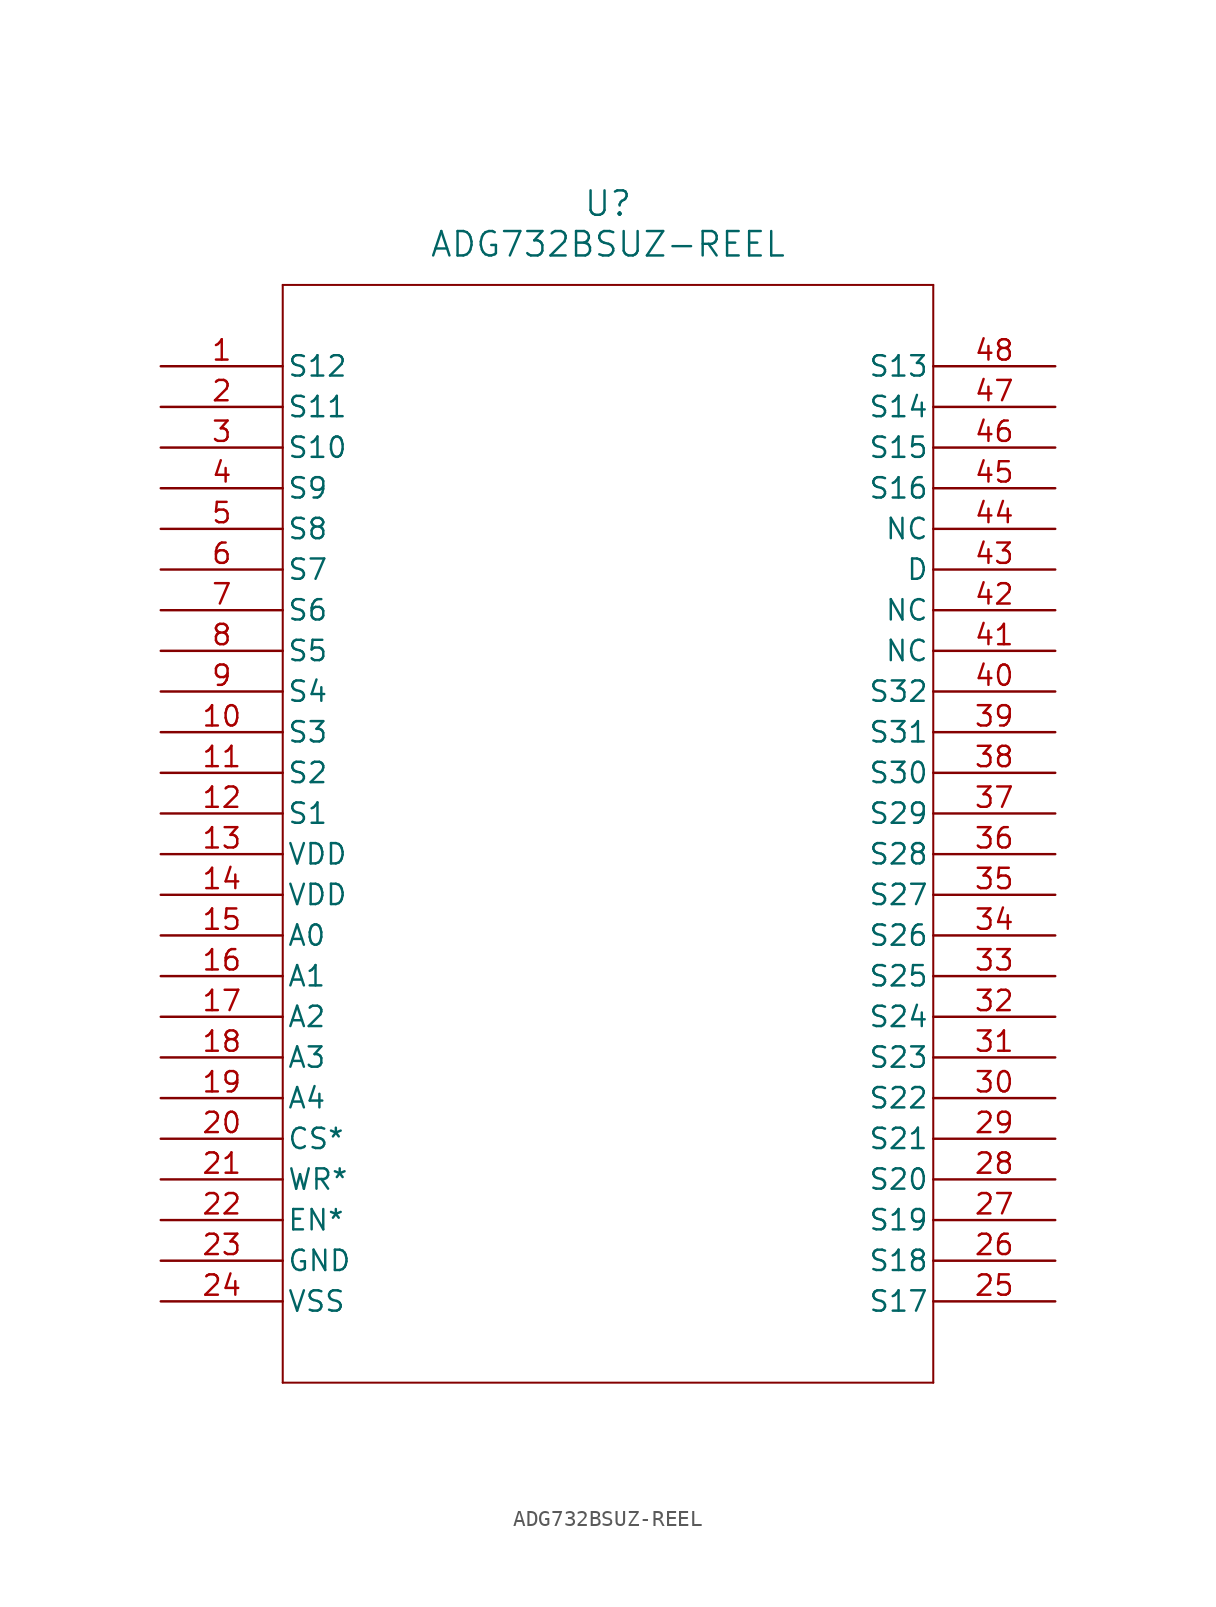
<source format=kicad_sym>
(kicad_symbol_lib
  (version 20211014)
  (generator kicad_symbol_editor)
  (symbol "ADG732BSUZ-REEL"
    (pin_names
      (offset 0.254))
    (property "Reference" "U"
      (at 27.94 10.16 0)
      (effects (font (size 1.524 1.524))))
    (property "Value" "ADG732BSUZ-REEL"
      (at 27.94 7.62 0)
      (effects (font (size 1.524 1.524))))
    (symbol "ADG732BSUZ-REEL_0_1"
      (polyline (pts (xy 7.62 5.08) (xy 7.62 -63.5)) (stroke (width 0.127) (type default) (color 0 0 0 0)) (fill (type none)))
      (polyline (pts (xy 7.62 -63.5) (xy 48.26 -63.5)) (stroke (width 0.127) (type default) (color 0 0 0 0)) (fill (type none)))
      (polyline (pts (xy 48.26 -63.5) (xy 48.26 5.08)) (stroke (width 0.127) (type default) (color 0 0 0 0)) (fill (type none)))
      (polyline (pts (xy 48.26 5.08) (xy 7.62 5.08)) (stroke (width 0.127) (type default) (color 0 0 0 0)) (fill (type none)))
      (pin unspecified line (at 0 0 0) (length 7.62) (name "S12" (effects (font (size 1.27 1.27)))) (number "1" (effects (font (size 1.27 1.27)))))
      (pin unspecified line (at 0 -2.54 0) (length 7.62) (name "S11" (effects (font (size 1.27 1.27)))) (number "2" (effects (font (size 1.27 1.27)))))
      (pin unspecified line (at 0 -5.08 0) (length 7.62) (name "S10" (effects (font (size 1.27 1.27)))) (number "3" (effects (font (size 1.27 1.27)))))
      (pin unspecified line (at 0 -7.62 0) (length 7.62) (name "S9" (effects (font (size 1.27 1.27)))) (number "4" (effects (font (size 1.27 1.27)))))
      (pin unspecified line (at 0 -10.16 0) (length 7.62) (name "S8" (effects (font (size 1.27 1.27)))) (number "5" (effects (font (size 1.27 1.27)))))
      (pin unspecified line (at 0 -12.7 0) (length 7.62) (name "S7" (effects (font (size 1.27 1.27)))) (number "6" (effects (font (size 1.27 1.27)))))
      (pin unspecified line (at 0 -15.24 0) (length 7.62) (name "S6" (effects (font (size 1.27 1.27)))) (number "7" (effects (font (size 1.27 1.27)))))
      (pin unspecified line (at 0 -17.78 0) (length 7.62) (name "S5" (effects (font (size 1.27 1.27)))) (number "8" (effects (font (size 1.27 1.27)))))
      (pin unspecified line (at 0 -20.32 0) (length 7.62) (name "S4" (effects (font (size 1.27 1.27)))) (number "9" (effects (font (size 1.27 1.27)))))
      (pin unspecified line (at 0 -22.86 0) (length 7.62) (name "S3" (effects (font (size 1.27 1.27)))) (number "10" (effects (font (size 1.27 1.27)))))
      (pin unspecified line (at 0 -25.4 0) (length 7.62) (name "S2" (effects (font (size 1.27 1.27)))) (number "11" (effects (font (size 1.27 1.27)))))
      (pin unspecified line (at 0 -27.94 0) (length 7.62) (name "S1" (effects (font (size 1.27 1.27)))) (number "12" (effects (font (size 1.27 1.27)))))
      (pin power_in line (at 0 -30.48 0) (length 7.62) (name "VDD" (effects (font (size 1.27 1.27)))) (number "13" (effects (font (size 1.27 1.27)))))
      (pin power_in line (at 0 -33.02 0) (length 7.62) (name "VDD" (effects (font (size 1.27 1.27)))) (number "14" (effects (font (size 1.27 1.27)))))
      (pin unspecified line (at 0 -35.56 0) (length 7.62) (name "A0" (effects (font (size 1.27 1.27)))) (number "15" (effects (font (size 1.27 1.27)))))
      (pin unspecified line (at 0 -38.1 0) (length 7.62) (name "A1" (effects (font (size 1.27 1.27)))) (number "16" (effects (font (size 1.27 1.27)))))
      (pin unspecified line (at 0 -40.64 0) (length 7.62) (name "A2" (effects (font (size 1.27 1.27)))) (number "17" (effects (font (size 1.27 1.27)))))
      (pin unspecified line (at 0 -43.18 0) (length 7.62) (name "A3" (effects (font (size 1.27 1.27)))) (number "18" (effects (font (size 1.27 1.27)))))
      (pin unspecified line (at 0 -45.72 0) (length 7.62) (name "A4" (effects (font (size 1.27 1.27)))) (number "19" (effects (font (size 1.27 1.27)))))
      (pin unspecified line (at 0 -48.26 0) (length 7.62) (name "CS*" (effects (font (size 1.27 1.27)))) (number "20" (effects (font (size 1.27 1.27)))))
      (pin unspecified line (at 0 -50.8 0) (length 7.62) (name "WR*" (effects (font (size 1.27 1.27)))) (number "21" (effects (font (size 1.27 1.27)))))
      (pin unspecified line (at 0 -53.34 0) (length 7.62) (name "EN*" (effects (font (size 1.27 1.27)))) (number "22" (effects (font (size 1.27 1.27)))))
      (pin unspecified line (at 0 -55.88 0) (length 7.62) (name "GND" (effects (font (size 1.27 1.27)))) (number "23" (effects (font (size 1.27 1.27)))))
      (pin power_in line (at 0 -58.42 0) (length 7.62) (name "VSS" (effects (font (size 1.27 1.27)))) (number "24" (effects (font (size 1.27 1.27)))))
      (pin unspecified line (at 55.88 -58.42 180) (length 7.62) (name "S17" (effects (font (size 1.27 1.27)))) (number "25" (effects (font (size 1.27 1.27)))))
      (pin unspecified line (at 55.88 -55.88 180) (length 7.62) (name "S18" (effects (font (size 1.27 1.27)))) (number "26" (effects (font (size 1.27 1.27)))))
      (pin unspecified line (at 55.88 -53.34 180) (length 7.62) (name "S19" (effects (font (size 1.27 1.27)))) (number "27" (effects (font (size 1.27 1.27)))))
      (pin unspecified line (at 55.88 -50.8 180) (length 7.62) (name "S20" (effects (font (size 1.27 1.27)))) (number "28" (effects (font (size 1.27 1.27)))))
      (pin unspecified line (at 55.88 -48.26 180) (length 7.62) (name "S21" (effects (font (size 1.27 1.27)))) (number "29" (effects (font (size 1.27 1.27)))))
      (pin unspecified line (at 55.88 -45.72 180) (length 7.62) (name "S22" (effects (font (size 1.27 1.27)))) (number "30" (effects (font (size 1.27 1.27)))))
      (pin unspecified line (at 55.88 -43.18 180) (length 7.62) (name "S23" (effects (font (size 1.27 1.27)))) (number "31" (effects (font (size 1.27 1.27)))))
      (pin unspecified line (at 55.88 -40.64 180) (length 7.62) (name "S24" (effects (font (size 1.27 1.27)))) (number "32" (effects (font (size 1.27 1.27)))))
      (pin unspecified line (at 55.88 -38.1 180) (length 7.62) (name "S25" (effects (font (size 1.27 1.27)))) (number "33" (effects (font (size 1.27 1.27)))))
      (pin unspecified line (at 55.88 -35.56 180) (length 7.62) (name "S26" (effects (font (size 1.27 1.27)))) (number "34" (effects (font (size 1.27 1.27)))))
      (pin unspecified line (at 55.88 -33.02 180) (length 7.62) (name "S27" (effects (font (size 1.27 1.27)))) (number "35" (effects (font (size 1.27 1.27)))))
      (pin unspecified line (at 55.88 -30.48 180) (length 7.62) (name "S28" (effects (font (size 1.27 1.27)))) (number "36" (effects (font (size 1.27 1.27)))))
      (pin unspecified line (at 55.88 -27.94 180) (length 7.62) (name "S29" (effects (font (size 1.27 1.27)))) (number "37" (effects (font (size 1.27 1.27)))))
      (pin unspecified line (at 55.88 -25.4 180) (length 7.62) (name "S30" (effects (font (size 1.27 1.27)))) (number "38" (effects (font (size 1.27 1.27)))))
      (pin unspecified line (at 55.88 -22.86 180) (length 7.62) (name "S31" (effects (font (size 1.27 1.27)))) (number "39" (effects (font (size 1.27 1.27)))))
      (pin unspecified line (at 55.88 -20.32 180) (length 7.62) (name "S32" (effects (font (size 1.27 1.27)))) (number "40" (effects (font (size 1.27 1.27)))))
      (pin unspecified line (at 55.88 -17.78 180) (length 7.62) (name "NC" (effects (font (size 1.27 1.27)))) (number "41" (effects (font (size 1.27 1.27)))))
      (pin unspecified line (at 55.88 -15.24 180) (length 7.62) (name "NC" (effects (font (size 1.27 1.27)))) (number "42" (effects (font (size 1.27 1.27)))))
      (pin unspecified line (at 55.88 -12.7 180) (length 7.62) (name "D" (effects (font (size 1.27 1.27)))) (number "43" (effects (font (size 1.27 1.27)))))
      (pin unspecified line (at 55.88 -10.16 180) (length 7.62) (name "NC" (effects (font (size 1.27 1.27)))) (number "44" (effects (font (size 1.27 1.27)))))
      (pin unspecified line (at 55.88 -7.62 180) (length 7.62) (name "S16" (effects (font (size 1.27 1.27)))) (number "45" (effects (font (size 1.27 1.27)))))
      (pin unspecified line (at 55.88 -5.08 180) (length 7.62) (name "S15" (effects (font (size 1.27 1.27)))) (number "46" (effects (font (size 1.27 1.27)))))
      (pin unspecified line (at 55.88 -2.54 180) (length 7.62) (name "S14" (effects (font (size 1.27 1.27)))) (number "47" (effects (font (size 1.27 1.27)))))
      (pin unspecified line (at 55.88 0 180) (length 7.62) (name "S13" (effects (font (size 1.27 1.27)))) (number "48" (effects (font (size 1.27 1.27))))))))
</source>
